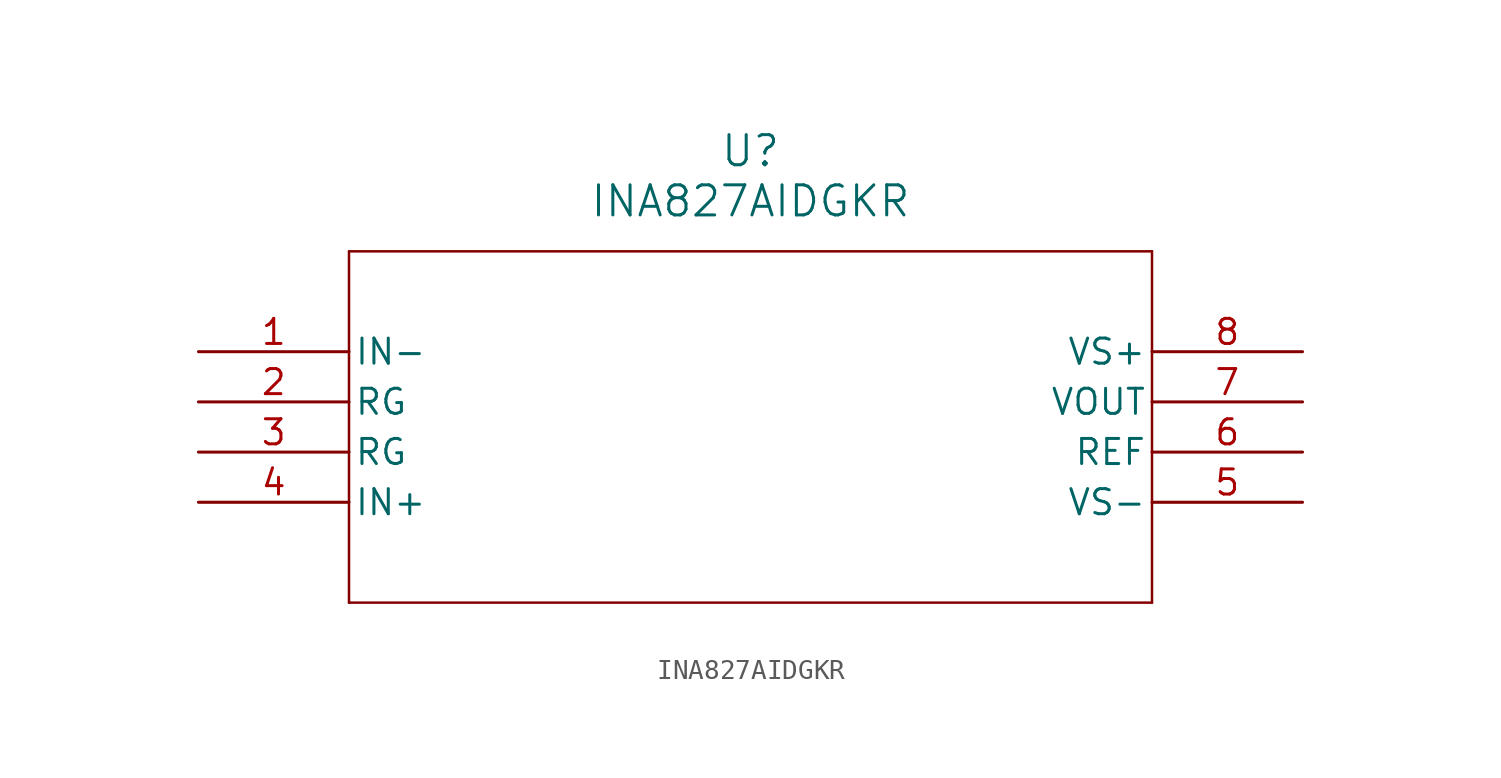
<source format=kicad_sym>
(kicad_symbol_lib
  (version 20231120)
  (generator "kicad_symbol_editor")
  (generator_version "8.0")
  (symbol "INA827AIDGKR"
    (pin_names
      (offset 0.254))
    (property "Reference" "U"
      (at 27.94 10.16 0)
      (effects (font (size 1.524 1.524))))
    (property "Value" "INA827AIDGKR"
      (at 27.94 7.62 0)
      (effects (font (size 1.524 1.524))))
    (property "ki_locked" ""
      (at 0 0 0)
      (effects (font (size 1.27 1.27))))
    (symbol "INA827AIDGKR_0_1"
      (polyline (pts (xy 7.62 -12.7) (xy 48.26 -12.7)) (stroke (width 0.127) (type default)) (fill (type none)))
      (polyline (pts (xy 7.62 5.08) (xy 7.62 -12.7)) (stroke (width 0.127) (type default)) (fill (type none)))
      (polyline (pts (xy 48.26 -12.7) (xy 48.26 5.08)) (stroke (width 0.127) (type default)) (fill (type none)))
      (polyline (pts (xy 48.26 5.08) (xy 7.62 5.08)) (stroke (width 0.127) (type default)) (fill (type none)))
      (pin input line (at 0 0 0) (length 7.62) (name "IN-" (effects (font (size 1.27 1.27)))) (number "1" (effects (font (size 1.27 1.27)))))
      (pin unspecified line (at 0 -2.54 0) (length 7.62) (name "RG" (effects (font (size 1.27 1.27)))) (number "2" (effects (font (size 1.27 1.27)))))
      (pin unspecified line (at 0 -5.08 0) (length 7.62) (name "RG" (effects (font (size 1.27 1.27)))) (number "3" (effects (font (size 1.27 1.27)))))
      (pin input line (at 0 -7.62 0) (length 7.62) (name "IN+" (effects (font (size 1.27 1.27)))) (number "4" (effects (font (size 1.27 1.27)))))
      (pin power_in line (at 55.88 -7.62 180) (length 7.62) (name "VS-" (effects (font (size 1.27 1.27)))) (number "5" (effects (font (size 1.27 1.27)))))
      (pin input line (at 55.88 -5.08 180) (length 7.62) (name "REF" (effects (font (size 1.27 1.27)))) (number "6" (effects (font (size 1.27 1.27)))))
      (pin output line (at 55.88 -2.54 180) (length 7.62) (name "VOUT" (effects (font (size 1.27 1.27)))) (number "7" (effects (font (size 1.27 1.27)))))
      (pin power_in line (at 55.88 0 180) (length 7.62) (name "VS+" (effects (font (size 1.27 1.27)))) (number "8" (effects (font (size 1.27 1.27))))))))
</source>
